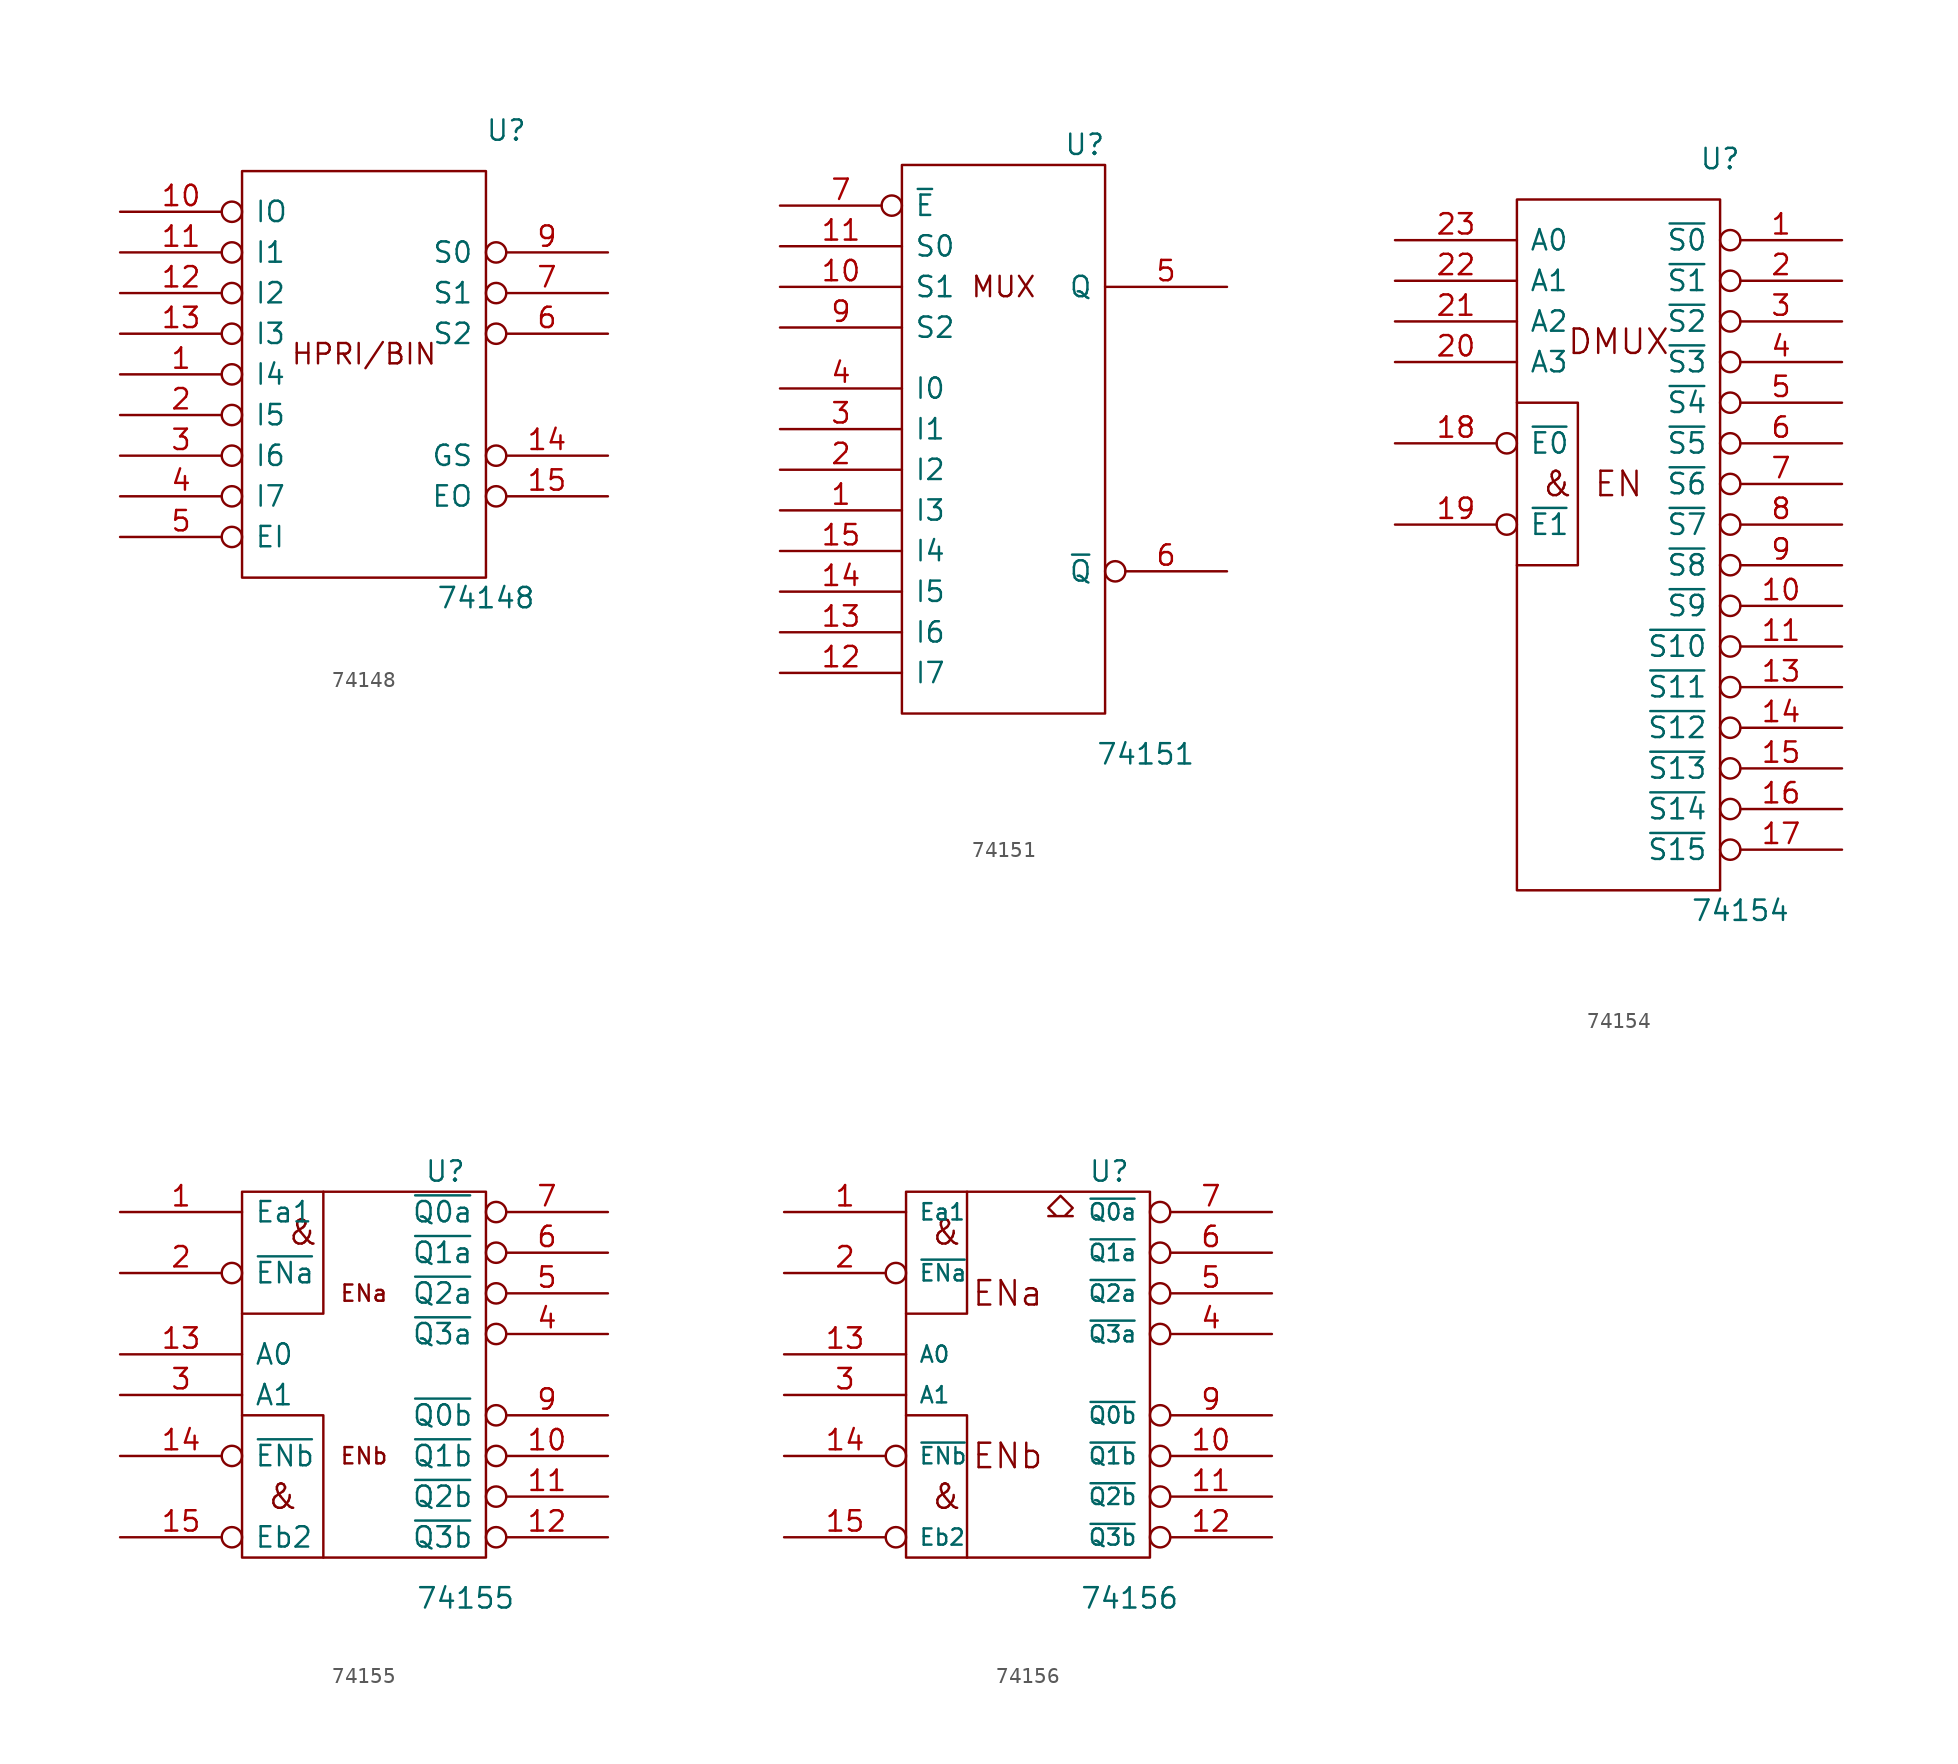
<source format=kicad_sym>
(kicad_symbol_lib
  (version 20211014)
  (generator kicad_symbol_editor)
  (symbol "74148"
    (pin_names
      (offset 0.762))
    (property "Reference" "U"
      (at 8.89 15.24 0)
      (effects (font (size 1.27 1.27))))
    (property "Value" "74148"
      (at 7.62 -13.97 0)
      (effects (font (size 1.27 1.27))))
    (symbol "74148_0_0"
      (rectangle (start -7.62 12.7) (end 7.62 -12.7) (stroke (width 0) (type default) (color 0 0 0 0)) (fill (type none)))
      (text "HPRI/BIN" (at 0 1.27 0) (effects (font (size 1.27 1.27))))
      (pin power_in line (at 0 12.7 270) (length 0) hide (name "VCC" (effects (font (size 1.27 1.27)))) (number "16" (effects (font (size 1.27 1.27)))))
      (pin power_in line (at 0 -12.7 90) (length 0) hide (name "GND" (effects (font (size 1.27 1.27)))) (number "8" (effects (font (size 1.27 1.27))))))
    (symbol "74148_1_1"
      (pin input inverted (at -15.24 0 0) (length 7.62) (name "I4" (effects (font (size 1.27 1.27)))) (number "1" (effects (font (size 1.27 1.27)))))
      (pin input inverted (at -15.24 10.16 0) (length 7.62) (name "IO" (effects (font (size 1.27 1.27)))) (number "10" (effects (font (size 1.27 1.27)))))
      (pin input inverted (at -15.24 7.62 0) (length 7.62) (name "I1" (effects (font (size 1.27 1.27)))) (number "11" (effects (font (size 1.27 1.27)))))
      (pin input inverted (at -15.24 5.08 0) (length 7.62) (name "I2" (effects (font (size 1.27 1.27)))) (number "12" (effects (font (size 1.27 1.27)))))
      (pin input inverted (at -15.24 2.54 0) (length 7.62) (name "I3" (effects (font (size 1.27 1.27)))) (number "13" (effects (font (size 1.27 1.27)))))
      (pin output inverted (at 15.24 -5.08 180) (length 7.62) (name "GS" (effects (font (size 1.27 1.27)))) (number "14" (effects (font (size 1.27 1.27)))))
      (pin output inverted (at 15.24 -7.62 180) (length 7.62) (name "EO" (effects (font (size 1.27 1.27)))) (number "15" (effects (font (size 1.27 1.27)))))
      (pin input inverted (at -15.24 -2.54 0) (length 7.62) (name "I5" (effects (font (size 1.27 1.27)))) (number "2" (effects (font (size 1.27 1.27)))))
      (pin input inverted (at -15.24 -5.08 0) (length 7.62) (name "I6" (effects (font (size 1.27 1.27)))) (number "3" (effects (font (size 1.27 1.27)))))
      (pin input inverted (at -15.24 -7.62 0) (length 7.62) (name "I7" (effects (font (size 1.27 1.27)))) (number "4" (effects (font (size 1.27 1.27)))))
      (pin input inverted (at -15.24 -10.16 0) (length 7.62) (name "EI" (effects (font (size 1.27 1.27)))) (number "5" (effects (font (size 1.27 1.27)))))
      (pin output inverted (at 15.24 2.54 180) (length 7.62) (name "S2" (effects (font (size 1.27 1.27)))) (number "6" (effects (font (size 1.27 1.27)))))
      (pin output inverted (at 15.24 5.08 180) (length 7.62) (name "S1" (effects (font (size 1.27 1.27)))) (number "7" (effects (font (size 1.27 1.27)))))
      (pin output inverted (at 15.24 7.62 180) (length 7.62) (name "S0" (effects (font (size 1.27 1.27)))) (number "9" (effects (font (size 1.27 1.27)))))))
  (symbol "74151"
    (pin_names
      (offset 0.762))
    (property "Reference" "U"
      (at 5.08 17.78 0)
      (effects (font (size 1.27 1.27))))
    (property "Value" "74151"
      (at 8.89 -20.32 0)
      (effects (font (size 1.27 1.27))))
    (symbol "74151_0_0"
      (rectangle (start -6.35 16.51) (end 6.35 -17.78) (stroke (width 0) (type default) (color 0 0 0 0)) (fill (type none)))
      (text "MUX" (at 0 8.89 0) (effects (font (size 1.27 1.27))))
      (pin power_in line (at 0 16.51 270) (length 0) hide (name "VCC" (effects (font (size 1.27 1.27)))) (number "16" (effects (font (size 1.27 1.27)))))
      (pin power_in line (at 0 -17.78 90) (length 0) hide (name "GND" (effects (font (size 1.27 1.27)))) (number "8" (effects (font (size 1.27 1.27))))))
    (symbol "74151_1_1"
      (pin input line (at -13.97 -5.08 0) (length 7.62) (name "I3" (effects (font (size 1.27 1.27)))) (number "1" (effects (font (size 1.27 1.27)))))
      (pin input line (at -13.97 8.89 0) (length 7.62) (name "S1" (effects (font (size 1.27 1.27)))) (number "10" (effects (font (size 1.27 1.27)))))
      (pin input line (at -13.97 11.43 0) (length 7.62) (name "S0" (effects (font (size 1.27 1.27)))) (number "11" (effects (font (size 1.27 1.27)))))
      (pin input line (at -13.97 -15.24 0) (length 7.62) (name "I7" (effects (font (size 1.27 1.27)))) (number "12" (effects (font (size 1.27 1.27)))))
      (pin input line (at -13.97 -12.7 0) (length 7.62) (name "I6" (effects (font (size 1.27 1.27)))) (number "13" (effects (font (size 1.27 1.27)))))
      (pin input line (at -13.97 -10.16 0) (length 7.62) (name "I5" (effects (font (size 1.27 1.27)))) (number "14" (effects (font (size 1.27 1.27)))))
      (pin input line (at -13.97 -7.62 0) (length 7.62) (name "I4" (effects (font (size 1.27 1.27)))) (number "15" (effects (font (size 1.27 1.27)))))
      (pin input line (at -13.97 -2.54 0) (length 7.62) (name "I2" (effects (font (size 1.27 1.27)))) (number "2" (effects (font (size 1.27 1.27)))))
      (pin input line (at -13.97 0 0) (length 7.62) (name "I1" (effects (font (size 1.27 1.27)))) (number "3" (effects (font (size 1.27 1.27)))))
      (pin input line (at -13.97 2.54 0) (length 7.62) (name "I0" (effects (font (size 1.27 1.27)))) (number "4" (effects (font (size 1.27 1.27)))))
      (pin output line (at 13.97 8.89 180) (length 7.62) (name "Q" (effects (font (size 1.27 1.27)))) (number "5" (effects (font (size 1.27 1.27)))))
      (pin output inverted (at 13.97 -8.89 180) (length 7.62) (name "~{Q}" (effects (font (size 1.27 1.27)))) (number "6" (effects (font (size 1.27 1.27)))))
      (pin input inverted (at -13.97 13.97 0) (length 7.62) (name "~{E}" (effects (font (size 1.27 1.27)))) (number "7" (effects (font (size 1.27 1.27)))))
      (pin input line (at -13.97 6.35 0) (length 7.62) (name "S2" (effects (font (size 1.27 1.27)))) (number "9" (effects (font (size 1.27 1.27)))))))
  (symbol "74154"
    (pin_names
      (offset 0.762))
    (property "Reference" "U"
      (at 6.35 25.4 0)
      (effects (font (size 1.27 1.27))))
    (property "Value" "74154"
      (at 7.62 -21.59 0)
      (effects (font (size 1.27 1.27))))
    (symbol "74154_0_0"
      (rectangle (start -6.35 22.86) (end 6.35 -20.32) (stroke (width 0) (type default) (color 0 0 0 0)) (fill (type none)))
      (polyline (pts (xy -6.35 10.16) (xy -2.54 10.16) (xy -2.54 0) (xy -6.35 0) (xy -6.35 0)) (stroke (width 0) (type default) (color 0 0 0 0)) (fill (type none)))
      (text "&" (at -3.81 5.08 0) (effects (font (size 1.524 1.524))))
      (text "DMUX" (at 0 13.97 0) (effects (font (size 1.524 1.524))))
      (text "EN" (at 0 5.08 0) (effects (font (size 1.524 1.524))))
      (pin power_in line (at 0 -20.32 90) (length 0) hide (name "GND" (effects (font (size 1.27 1.27)))) (number "12" (effects (font (size 1.27 1.27)))))
      (pin power_in line (at 0 22.86 270) (length 0) hide (name "VCC" (effects (font (size 1.27 1.27)))) (number "24" (effects (font (size 1.27 1.27))))))
    (symbol "74154_1_1"
      (pin output inverted (at 13.97 20.32 180) (length 7.62) (name "~{S0}" (effects (font (size 1.27 1.27)))) (number "1" (effects (font (size 1.27 1.27)))))
      (pin output inverted (at 13.97 -2.54 180) (length 7.62) (name "~{S9}" (effects (font (size 1.27 1.27)))) (number "10" (effects (font (size 1.27 1.27)))))
      (pin output inverted (at 13.97 -5.08 180) (length 7.62) (name "~{S10}" (effects (font (size 1.27 1.27)))) (number "11" (effects (font (size 1.27 1.27)))))
      (pin output inverted (at 13.97 -7.62 180) (length 7.62) (name "~{S11}" (effects (font (size 1.27 1.27)))) (number "13" (effects (font (size 1.27 1.27)))))
      (pin output inverted (at 13.97 -10.16 180) (length 7.62) (name "~{S12}" (effects (font (size 1.27 1.27)))) (number "14" (effects (font (size 1.27 1.27)))))
      (pin input inverted (at 13.97 -12.7 180) (length 7.62) (name "~{S13}" (effects (font (size 1.27 1.27)))) (number "15" (effects (font (size 1.27 1.27)))))
      (pin output inverted (at 13.97 -15.24 180) (length 7.62) (name "~{S14}" (effects (font (size 1.27 1.27)))) (number "16" (effects (font (size 1.27 1.27)))))
      (pin output inverted (at 13.97 -17.78 180) (length 7.62) (name "~{S15}" (effects (font (size 1.27 1.27)))) (number "17" (effects (font (size 1.27 1.27)))))
      (pin input inverted (at -13.97 7.62 0) (length 7.62) (name "~{E0}" (effects (font (size 1.27 1.27)))) (number "18" (effects (font (size 1.27 1.27)))))
      (pin input inverted (at -13.97 2.54 0) (length 7.62) (name "~{E1}" (effects (font (size 1.27 1.27)))) (number "19" (effects (font (size 1.27 1.27)))))
      (pin output inverted (at 13.97 17.78 180) (length 7.62) (name "~{S1}" (effects (font (size 1.27 1.27)))) (number "2" (effects (font (size 1.27 1.27)))))
      (pin input line (at -13.97 12.7 0) (length 7.62) (name "A3" (effects (font (size 1.27 1.27)))) (number "20" (effects (font (size 1.27 1.27)))))
      (pin input line (at -13.97 15.24 0) (length 7.62) (name "A2" (effects (font (size 1.27 1.27)))) (number "21" (effects (font (size 1.27 1.27)))))
      (pin input line (at -13.97 17.78 0) (length 7.62) (name "A1" (effects (font (size 1.27 1.27)))) (number "22" (effects (font (size 1.27 1.27)))))
      (pin input line (at -13.97 20.32 0) (length 7.62) (name "A0" (effects (font (size 1.27 1.27)))) (number "23" (effects (font (size 1.27 1.27)))))
      (pin output inverted (at 13.97 15.24 180) (length 7.62) (name "~{S2}" (effects (font (size 1.27 1.27)))) (number "3" (effects (font (size 1.27 1.27)))))
      (pin output inverted (at 13.97 12.7 180) (length 7.62) (name "~{S3}" (effects (font (size 1.27 1.27)))) (number "4" (effects (font (size 1.27 1.27)))))
      (pin output inverted (at 13.97 10.16 180) (length 7.62) (name "~{S4}" (effects (font (size 1.27 1.27)))) (number "5" (effects (font (size 1.27 1.27)))))
      (pin output inverted (at 13.97 7.62 180) (length 7.62) (name "~{S5}" (effects (font (size 1.27 1.27)))) (number "6" (effects (font (size 1.27 1.27)))))
      (pin output inverted (at 13.97 5.08 180) (length 7.62) (name "~{S6}" (effects (font (size 1.27 1.27)))) (number "7" (effects (font (size 1.27 1.27)))))
      (pin output inverted (at 13.97 2.54 180) (length 7.62) (name "~{S7}" (effects (font (size 1.27 1.27)))) (number "8" (effects (font (size 1.27 1.27)))))
      (pin output inverted (at 13.97 0 180) (length 7.62) (name "~{S8}" (effects (font (size 1.27 1.27)))) (number "9" (effects (font (size 1.27 1.27)))))))
  (symbol "74155"
    (pin_names
      (offset 0.762))
    (property "Reference" "U"
      (at 5.08 12.7 0)
      (effects (font (size 1.27 1.27))))
    (property "Value" "74155"
      (at 6.35 -13.97 0)
      (effects (font (size 1.27 1.27))))
    (symbol "74155_0_0"
      (rectangle (start -7.62 11.43) (end 7.62 -11.43) (stroke (width 0) (type default) (color 0 0 0 0)) (fill (type none)))
      (polyline (pts (xy -7.62 -2.54) (xy -2.54 -2.54) (xy -2.54 -11.43) (xy -2.54 -11.43)) (stroke (width 0) (type default) (color 0 0 0 0)) (fill (type none)))
      (polyline (pts (xy -7.62 3.81) (xy -2.54 3.81) (xy -2.54 11.43) (xy -2.54 11.43)) (stroke (width 0) (type default) (color 0 0 0 0)) (fill (type none)))
      (text "&" (at -5.08 -7.62 0) (effects (font (size 1.524 1.524))))
      (text "&" (at -3.81 8.89 0) (effects (font (size 1.524 1.524))))
      (text "ENa" (at 0 5.08 0) (effects (font (size 1.016 1.016))))
      (text "ENb" (at 0 -5.08 0) (effects (font (size 1.016 1.016))))
      (pin power_in line (at 0 11.43 270) (length 0) hide (name "VCC" (effects (font (size 1.27 1.27)))) (number "16" (effects (font (size 1.27 1.27)))))
      (pin power_in line (at 0 -11.43 90) (length 0) hide (name "GND" (effects (font (size 1.27 1.27)))) (number "8" (effects (font (size 1.27 1.27))))))
    (symbol "74155_1_1"
      (pin input line (at -15.24 10.16 0) (length 7.62) (name "Ea1" (effects (font (size 1.27 1.27)))) (number "1" (effects (font (size 1.27 1.27)))))
      (pin output inverted (at 15.24 -5.08 180) (length 7.62) (name "~{Q1b}" (effects (font (size 1.27 1.27)))) (number "10" (effects (font (size 1.27 1.27)))))
      (pin output inverted (at 15.24 -7.62 180) (length 7.62) (name "~{Q2b}" (effects (font (size 1.27 1.27)))) (number "11" (effects (font (size 1.27 1.27)))))
      (pin output inverted (at 15.24 -10.16 180) (length 7.62) (name "~{Q3b}" (effects (font (size 1.27 1.27)))) (number "12" (effects (font (size 1.27 1.27)))))
      (pin input line (at -15.24 1.27 0) (length 7.62) (name "A0" (effects (font (size 1.27 1.27)))) (number "13" (effects (font (size 1.27 1.27)))))
      (pin input inverted (at -15.24 -5.08 0) (length 7.62) (name "~{ENb}" (effects (font (size 1.27 1.27)))) (number "14" (effects (font (size 1.27 1.27)))))
      (pin input inverted (at -15.24 -10.16 0) (length 7.62) (name "Eb2" (effects (font (size 1.27 1.27)))) (number "15" (effects (font (size 1.27 1.27)))))
      (pin input inverted (at -15.24 6.35 0) (length 7.62) (name "~{ENa}" (effects (font (size 1.27 1.27)))) (number "2" (effects (font (size 1.27 1.27)))))
      (pin input line (at -15.24 -1.27 0) (length 7.62) (name "A1" (effects (font (size 1.27 1.27)))) (number "3" (effects (font (size 1.27 1.27)))))
      (pin output inverted (at 15.24 2.54 180) (length 7.62) (name "~{Q3a}" (effects (font (size 1.27 1.27)))) (number "4" (effects (font (size 1.27 1.27)))))
      (pin output inverted (at 15.24 5.08 180) (length 7.62) (name "~{Q2a}" (effects (font (size 1.27 1.27)))) (number "5" (effects (font (size 1.27 1.27)))))
      (pin output inverted (at 15.24 7.62 180) (length 7.62) (name "~{Q1a}" (effects (font (size 1.27 1.27)))) (number "6" (effects (font (size 1.27 1.27)))))
      (pin output inverted (at 15.24 10.16 180) (length 7.62) (name "~{Q0a}" (effects (font (size 1.27 1.27)))) (number "7" (effects (font (size 1.27 1.27)))))
      (pin output inverted (at 15.24 -2.54 180) (length 7.62) (name "~{Q0b}" (effects (font (size 1.27 1.27)))) (number "9" (effects (font (size 1.27 1.27)))))))
  (symbol "74156"
    (pin_names
      (offset 0.762))
    (property "Reference" "U"
      (at 5.08 12.7 0)
      (effects (font (size 1.27 1.27))))
    (property "Value" "74156"
      (at 6.35 -13.97 0)
      (effects (font (size 1.27 1.27))))
    (symbol "74156_0_0"
      (rectangle (start -7.62 11.43) (end 7.62 -11.43) (stroke (width 0) (type default) (color 0 0 0 0)) (fill (type none)))
      (polyline (pts (xy -7.62 -2.54) (xy -3.81 -2.54) (xy -3.81 -11.43) (xy -3.81 -11.43)) (stroke (width 0) (type default) (color 0 0 0 0)) (fill (type none)))
      (polyline (pts (xy -3.81 11.43) (xy -3.81 3.81) (xy -7.62 3.81) (xy -7.62 3.81)) (stroke (width 0) (type default) (color 0 0 0 0)) (fill (type none)))
      (polyline (pts (xy 2.032 11.176) (xy 2.794 10.414) (xy 2.286 9.906) (xy 2.794 9.906) (xy 1.27 9.906) (xy 1.778 9.906) (xy 1.27 10.414) (xy 2.032 11.176) (xy 2.032 11.176)) (stroke (width 0) (type default) (color 0 0 0 0)) (fill (type none)))
      (text "&" (at -5.08 -7.62 0) (effects (font (size 1.524 1.524))))
      (text "&" (at -5.08 8.89 0) (effects (font (size 1.524 1.524))))
      (text "ENa" (at -1.27 5.08 0) (effects (font (size 1.524 1.524))))
      (text "ENb" (at -1.27 -5.08 0) (effects (font (size 1.524 1.524))))
      (pin power_in line (at 0 11.43 270) (length 0) hide (name "VCC" (effects (font (size 1.016 1.016)))) (number "16" (effects (font (size 1.27 1.27)))))
      (pin power_in line (at 0 -11.43 90) (length 0) hide (name "GND" (effects (font (size 1.016 1.016)))) (number "8" (effects (font (size 1.27 1.27))))))
    (symbol "74156_1_1"
      (pin input line (at -15.24 10.16 0) (length 7.62) (name "Ea1" (effects (font (size 1.016 1.016)))) (number "1" (effects (font (size 1.27 1.27)))))
      (pin open_collector inverted (at 15.24 -5.08 180) (length 7.62) (name "~{Q1b}" (effects (font (size 1.016 1.016)))) (number "10" (effects (font (size 1.27 1.27)))))
      (pin open_collector inverted (at 15.24 -7.62 180) (length 7.62) (name "~{Q2b}" (effects (font (size 1.016 1.016)))) (number "11" (effects (font (size 1.27 1.27)))))
      (pin open_collector inverted (at 15.24 -10.16 180) (length 7.62) (name "~{Q3b}" (effects (font (size 1.016 1.016)))) (number "12" (effects (font (size 1.27 1.27)))))
      (pin input line (at -15.24 1.27 0) (length 7.62) (name "A0" (effects (font (size 1.016 1.016)))) (number "13" (effects (font (size 1.27 1.27)))))
      (pin input inverted (at -15.24 -5.08 0) (length 7.62) (name "~{ENb}" (effects (font (size 1.016 1.016)))) (number "14" (effects (font (size 1.27 1.27)))))
      (pin input inverted (at -15.24 -10.16 0) (length 7.62) (name "Eb2" (effects (font (size 1.016 1.016)))) (number "15" (effects (font (size 1.27 1.27)))))
      (pin input inverted (at -15.24 6.35 0) (length 7.62) (name "~{ENa}" (effects (font (size 1.016 1.016)))) (number "2" (effects (font (size 1.27 1.27)))))
      (pin input line (at -15.24 -1.27 0) (length 7.62) (name "A1" (effects (font (size 1.016 1.016)))) (number "3" (effects (font (size 1.27 1.27)))))
      (pin open_collector inverted (at 15.24 2.54 180) (length 7.62) (name "~{Q3a}" (effects (font (size 1.016 1.016)))) (number "4" (effects (font (size 1.27 1.27)))))
      (pin open_collector inverted (at 15.24 5.08 180) (length 7.62) (name "~{Q2a}" (effects (font (size 1.016 1.016)))) (number "5" (effects (font (size 1.27 1.27)))))
      (pin open_collector inverted (at 15.24 7.62 180) (length 7.62) (name "~{Q1a}" (effects (font (size 1.016 1.016)))) (number "6" (effects (font (size 1.27 1.27)))))
      (pin open_collector inverted (at 15.24 10.16 180) (length 7.62) (name "~{Q0a}" (effects (font (size 1.016 1.016)))) (number "7" (effects (font (size 1.27 1.27)))))
      (pin open_collector inverted (at 15.24 -2.54 180) (length 7.62) (name "~{Q0b}" (effects (font (size 1.016 1.016)))) (number "9" (effects (font (size 1.27 1.27))))))))
</source>
